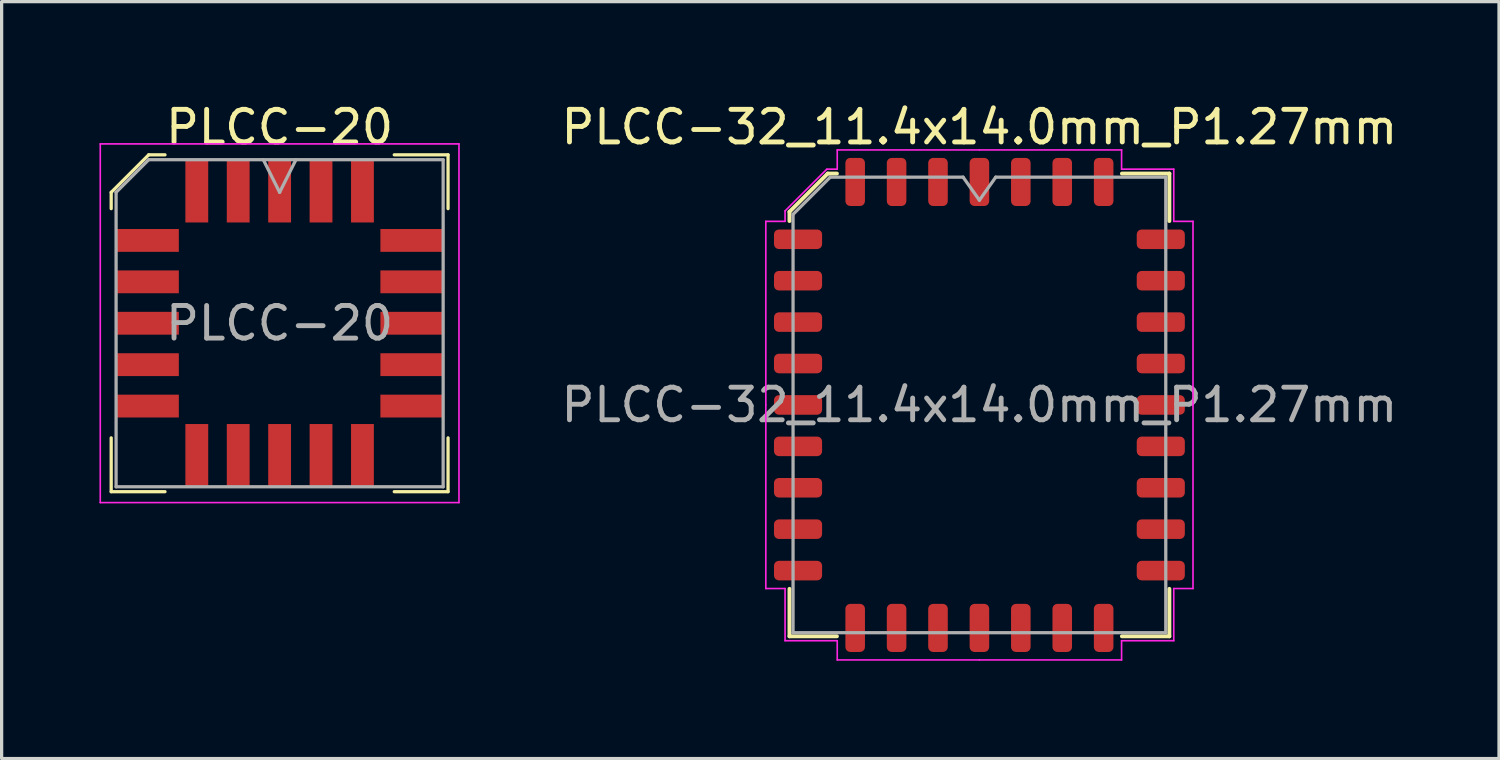
<source format=kicad_pcb>
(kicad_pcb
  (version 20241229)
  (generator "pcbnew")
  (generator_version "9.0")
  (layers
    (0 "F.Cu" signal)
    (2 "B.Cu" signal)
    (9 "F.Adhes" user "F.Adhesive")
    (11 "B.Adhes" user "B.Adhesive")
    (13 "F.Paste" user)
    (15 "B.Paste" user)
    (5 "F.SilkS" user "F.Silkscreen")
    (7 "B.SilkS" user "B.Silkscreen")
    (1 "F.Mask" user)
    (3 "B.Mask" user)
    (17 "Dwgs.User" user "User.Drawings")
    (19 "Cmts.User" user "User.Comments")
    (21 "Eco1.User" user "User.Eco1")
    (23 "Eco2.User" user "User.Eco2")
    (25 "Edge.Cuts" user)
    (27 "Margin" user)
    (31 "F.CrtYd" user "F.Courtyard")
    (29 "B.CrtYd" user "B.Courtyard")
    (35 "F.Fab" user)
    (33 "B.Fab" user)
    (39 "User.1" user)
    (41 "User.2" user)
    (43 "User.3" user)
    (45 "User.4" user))
  (footprint "PLCC-32_11.4x14.0mm_P1.27mm"
    (layer "F.Cu")
    (at 26.985 9.368)
    (property "Reference" "PLCC-32_11.4x14.0mm_P1.27mm" (at 0 -8.52 0) (layer "F.SilkS") (effects (font (size 1 1) (thickness 0.15))))
    (attr smd)
    (fp_line (start -5.825 -5.923) (end -5.825 -5.64) (stroke (width 0.12) (type solid)) (layer "F.SilkS"))
    (fp_line (start -5.825 7.095) (end -5.825 5.64) (stroke (width 0.12) (type solid)) (layer "F.SilkS"))
    (fp_line (start -4.653 -7.095) (end -5.825 -5.923) (stroke (width 0.12) (type solid)) (layer "F.SilkS"))
    (fp_line (start -4.37 -7.095) (end -4.653 -7.095) (stroke (width 0.12) (type solid)) (layer "F.SilkS"))
    (fp_line (start -4.37 7.095) (end -5.825 7.095) (stroke (width 0.12) (type solid)) (layer "F.SilkS"))
    (fp_line (start 4.37 -7.095) (end 5.825 -7.095) (stroke (width 0.12) (type solid)) (layer "F.SilkS"))
    (fp_line (start 4.37 7.095) (end 5.825 7.095) (stroke (width 0.12) (type solid)) (layer "F.SilkS"))
    (fp_line (start 5.825 -7.095) (end 5.825 -5.64) (stroke (width 0.12) (type solid)) (layer "F.SilkS"))
    (fp_line (start 5.825 7.095) (end 5.825 5.64) (stroke (width 0.12) (type solid)) (layer "F.SilkS"))
    (fp_line (start -6.55 -5.63) (end -6.55 0) (stroke (width 0.05) (type solid)) (layer "F.CrtYd"))
    (fp_line (start -6.55 5.63) (end -6.55 0) (stroke (width 0.05) (type solid)) (layer "F.CrtYd"))
    (fp_line (start -5.96 -5.95) (end -5.96 -5.63) (stroke (width 0.05) (type solid)) (layer "F.CrtYd"))
    (fp_line (start -5.96 -5.63) (end -6.55 -5.63) (stroke (width 0.05) (type solid)) (layer "F.CrtYd"))
    (fp_line (start -5.96 5.63) (end -6.55 5.63) (stroke (width 0.05) (type solid)) (layer "F.CrtYd"))
    (fp_line (start -5.96 7.23) (end -5.96 5.63) (stroke (width 0.05) (type solid)) (layer "F.CrtYd"))
    (fp_line (start -4.68 -7.23) (end -5.96 -5.95) (stroke (width 0.05) (type solid)) (layer "F.CrtYd"))
    (fp_line (start -4.36 -7.82) (end -4.36 -7.23) (stroke (width 0.05) (type solid)) (layer "F.CrtYd"))
    (fp_line (start -4.36 -7.23) (end -4.68 -7.23) (stroke (width 0.05) (type solid)) (layer "F.CrtYd"))
    (fp_line (start -4.36 7.23) (end -5.96 7.23) (stroke (width 0.05) (type solid)) (layer "F.CrtYd"))
    (fp_line (start -4.36 7.82) (end -4.36 7.23) (stroke (width 0.05) (type solid)) (layer "F.CrtYd"))
    (fp_line (start 0 -7.82) (end -4.36 -7.82) (stroke (width 0.05) (type solid)) (layer "F.CrtYd"))
    (fp_line (start 0 -7.82) (end 4.36 -7.82) (stroke (width 0.05) (type solid)) (layer "F.CrtYd"))
    (fp_line (start 0 7.82) (end -4.36 7.82) (stroke (width 0.05) (type solid)) (layer "F.CrtYd"))
    (fp_line (start 0 7.82) (end 4.36 7.82) (stroke (width 0.05) (type solid)) (layer "F.CrtYd"))
    (fp_line (start 4.36 -7.82) (end 4.36 -7.23) (stroke (width 0.05) (type solid)) (layer "F.CrtYd"))
    (fp_line (start 4.36 -7.23) (end 5.96 -7.23) (stroke (width 0.05) (type solid)) (layer "F.CrtYd"))
    (fp_line (start 4.36 7.23) (end 5.96 7.23) (stroke (width 0.05) (type solid)) (layer "F.CrtYd"))
    (fp_line (start 4.36 7.82) (end 4.36 7.23) (stroke (width 0.05) (type solid)) (layer "F.CrtYd"))
    (fp_line (start 5.96 -7.23) (end 5.96 -5.63) (stroke (width 0.05) (type solid)) (layer "F.CrtYd"))
    (fp_line (start 5.96 -5.63) (end 6.55 -5.63) (stroke (width 0.05) (type solid)) (layer "F.CrtYd"))
    (fp_line (start 5.96 5.63) (end 6.55 5.63) (stroke (width 0.05) (type solid)) (layer "F.CrtYd"))
    (fp_line (start 5.96 7.23) (end 5.96 5.63) (stroke (width 0.05) (type solid)) (layer "F.CrtYd"))
    (fp_line (start 6.55 -5.63) (end 6.55 0) (stroke (width 0.05) (type solid)) (layer "F.CrtYd"))
    (fp_line (start 6.55 5.63) (end 6.55 0) (stroke (width 0.05) (type solid)) (layer "F.CrtYd"))
    (fp_line (start -5.715 -5.845) (end -4.575 -6.985) (stroke (width 0.1) (type solid)) (layer "F.Fab"))
    (fp_line (start -5.715 6.985) (end -5.715 -5.845) (stroke (width 0.1) (type solid)) (layer "F.Fab"))
    (fp_line (start -4.575 -6.985) (end -0.5 -6.985) (stroke (width 0.1) (type solid)) (layer "F.Fab"))
    (fp_line (start -0.5 -6.985) (end 0 -6.278) (stroke (width 0.1) (type solid)) (layer "F.Fab"))
    (fp_line (start 0 -6.278) (end 0.5 -6.985) (stroke (width 0.1) (type solid)) (layer "F.Fab"))
    (fp_line (start 0.5 -6.985) (end 5.715 -6.985) (stroke (width 0.1) (type solid)) (layer "F.Fab"))
    (fp_line (start 5.715 -6.985) (end 5.715 6.985) (stroke (width 0.1) (type solid)) (layer "F.Fab"))
    (fp_line (start 5.715 6.985) (end -5.715 6.985) (stroke (width 0.1) (type solid)) (layer "F.Fab"))
    (fp_text user "${REFERENCE}" (at 0 0 0) (layer "F.Fab") (effects (font (size 1 1) (thickness 0.15))))
    (pad "1" smd roundrect (at 0 -6.838) (size 0.6 1.475) (layers "F.Cu" "F.Mask" "F.Paste") (roundrect_rratio 0.25))
    (pad "2" smd roundrect (at -1.27 -6.838) (size 0.6 1.475) (layers "F.Cu" "F.Mask" "F.Paste") (roundrect_rratio 0.25))
    (pad "3" smd roundrect (at -2.54 -6.838) (size 0.6 1.475) (layers "F.Cu" "F.Mask" "F.Paste") (roundrect_rratio 0.25))
    (pad "4" smd roundrect (at -3.81 -6.838) (size 0.6 1.475) (layers "F.Cu" "F.Mask" "F.Paste") (roundrect_rratio 0.25))
    (pad "5" smd roundrect (at -5.562 -5.08) (size 1.475 0.6) (layers "F.Cu" "F.Mask" "F.Paste") (roundrect_rratio 0.25))
    (pad "6" smd roundrect (at -5.562 -3.81) (size 1.475 0.6) (layers "F.Cu" "F.Mask" "F.Paste") (roundrect_rratio 0.25))
    (pad "7" smd roundrect (at -5.562 -2.54) (size 1.475 0.6) (layers "F.Cu" "F.Mask" "F.Paste") (roundrect_rratio 0.25))
    (pad "8" smd roundrect (at -5.562 -1.27) (size 1.475 0.6) (layers "F.Cu" "F.Mask" "F.Paste") (roundrect_rratio 0.25))
    (pad "9" smd roundrect (at -5.562 0) (size 1.475 0.6) (layers "F.Cu" "F.Mask" "F.Paste") (roundrect_rratio 0.25))
    (pad "10" smd roundrect (at -5.562 1.27) (size 1.475 0.6) (layers "F.Cu" "F.Mask" "F.Paste") (roundrect_rratio 0.25))
    (pad "11" smd roundrect (at -5.562 2.54) (size 1.475 0.6) (layers "F.Cu" "F.Mask" "F.Paste") (roundrect_rratio 0.25))
    (pad "12" smd roundrect (at -5.562 3.81) (size 1.475 0.6) (layers "F.Cu" "F.Mask" "F.Paste") (roundrect_rratio 0.25))
    (pad "13" smd roundrect (at -5.562 5.08) (size 1.475 0.6) (layers "F.Cu" "F.Mask" "F.Paste") (roundrect_rratio 0.25))
    (pad "14" smd roundrect (at -3.81 6.838) (size 0.6 1.475) (layers "F.Cu" "F.Mask" "F.Paste") (roundrect_rratio 0.25))
    (pad "15" smd roundrect (at -2.54 6.838) (size 0.6 1.475) (layers "F.Cu" "F.Mask" "F.Paste") (roundrect_rratio 0.25))
    (pad "16" smd roundrect (at -1.27 6.838) (size 0.6 1.475) (layers "F.Cu" "F.Mask" "F.Paste") (roundrect_rratio 0.25))
    (pad "17" smd roundrect (at 0 6.838) (size 0.6 1.475) (layers "F.Cu" "F.Mask" "F.Paste") (roundrect_rratio 0.25))
    (pad "18" smd roundrect (at 1.27 6.838) (size 0.6 1.475) (layers "F.Cu" "F.Mask" "F.Paste") (roundrect_rratio 0.25))
    (pad "19" smd roundrect (at 2.54 6.838) (size 0.6 1.475) (layers "F.Cu" "F.Mask" "F.Paste") (roundrect_rratio 0.25))
    (pad "20" smd roundrect (at 3.81 6.838) (size 0.6 1.475) (layers "F.Cu" "F.Mask" "F.Paste") (roundrect_rratio 0.25))
    (pad "21" smd roundrect (at 5.562 5.08) (size 1.475 0.6) (layers "F.Cu" "F.Mask" "F.Paste") (roundrect_rratio 0.25))
    (pad "22" smd roundrect (at 5.562 3.81) (size 1.475 0.6) (layers "F.Cu" "F.Mask" "F.Paste") (roundrect_rratio 0.25))
    (pad "23" smd roundrect (at 5.562 2.54) (size 1.475 0.6) (layers "F.Cu" "F.Mask" "F.Paste") (roundrect_rratio 0.25))
    (pad "24" smd roundrect (at 5.562 1.27) (size 1.475 0.6) (layers "F.Cu" "F.Mask" "F.Paste") (roundrect_rratio 0.25))
    (pad "25" smd roundrect (at 5.562 0) (size 1.475 0.6) (layers "F.Cu" "F.Mask" "F.Paste") (roundrect_rratio 0.25))
    (pad "26" smd roundrect (at 5.562 -1.27) (size 1.475 0.6) (layers "F.Cu" "F.Mask" "F.Paste") (roundrect_rratio 0.25))
    (pad "27" smd roundrect (at 5.562 -2.54) (size 1.475 0.6) (layers "F.Cu" "F.Mask" "F.Paste") (roundrect_rratio 0.25))
    (pad "28" smd roundrect (at 5.562 -3.81) (size 1.475 0.6) (layers "F.Cu" "F.Mask" "F.Paste") (roundrect_rratio 0.25))
    (pad "29" smd roundrect (at 5.562 -5.08) (size 1.475 0.6) (layers "F.Cu" "F.Mask" "F.Paste") (roundrect_rratio 0.25))
    (pad "30" smd roundrect (at 3.81 -6.838) (size 0.6 1.475) (layers "F.Cu" "F.Mask" "F.Paste") (roundrect_rratio 0.25))
    (pad "31" smd roundrect (at 2.54 -6.838) (size 0.6 1.475) (layers "F.Cu" "F.Mask" "F.Paste") (roundrect_rratio 0.25))
    (pad "32" smd roundrect (at 1.27 -6.838) (size 0.6 1.475) (layers "F.Cu" "F.Mask" "F.Paste") (roundrect_rratio 0.25)))
  (footprint "PLCC-20"
    (layer "F.Cu")
    (at 5.525 6.863)
    (property "Reference" "PLCC-20" (at 0 -6.015 0) (layer "F.SilkS") (effects (font (size 1 1) (thickness 0.15))))
    (attr smd)
    (fp_line (start -5.165 -4.015) (end -5.165 -3.515) (stroke (width 0.1) (type solid)) (layer "F.SilkS"))
    (fp_line (start -5.165 5.165) (end -5.165 3.515) (stroke (width 0.1) (type solid)) (layer "F.SilkS"))
    (fp_line (start -4.015 -5.165) (end -5.165 -4.015) (stroke (width 0.1) (type solid)) (layer "F.SilkS"))
    (fp_line (start -3.515 -5.165) (end -4.015 -5.165) (stroke (width 0.1) (type solid)) (layer "F.SilkS"))
    (fp_line (start -3.515 5.165) (end -5.165 5.165) (stroke (width 0.1) (type solid)) (layer "F.SilkS"))
    (fp_line (start 3.515 -5.165) (end 5.165 -5.165) (stroke (width 0.1) (type solid)) (layer "F.SilkS"))
    (fp_line (start 3.515 5.165) (end 5.165 5.165) (stroke (width 0.1) (type solid)) (layer "F.SilkS"))
    (fp_line (start 5.165 -5.165) (end 5.165 -3.515) (stroke (width 0.1) (type solid)) (layer "F.SilkS"))
    (fp_line (start 5.165 5.165) (end 5.165 3.515) (stroke (width 0.1) (type solid)) (layer "F.SilkS"))
    (fp_line (start -5.5 -5.5) (end -5.5 5.5) (stroke (width 0.05) (type solid)) (layer "F.CrtYd"))
    (fp_line (start -5.5 5.5) (end 5.5 5.5) (stroke (width 0.05) (type solid)) (layer "F.CrtYd"))
    (fp_line (start 5.5 -5.5) (end -5.5 -5.5) (stroke (width 0.05) (type solid)) (layer "F.CrtYd"))
    (fp_line (start 5.5 5.5) (end 5.5 -5.5) (stroke (width 0.05) (type solid)) (layer "F.CrtYd"))
    (fp_line (start -5.015 -4.015) (end -5.015 5.015) (stroke (width 0.1) (type solid)) (layer "F.Fab"))
    (fp_line (start -5.015 5.015) (end 5.015 5.015) (stroke (width 0.1) (type solid)) (layer "F.Fab"))
    (fp_line (start -4.015 -5.015) (end -5.015 -4.015) (stroke (width 0.1) (type solid)) (layer "F.Fab"))
    (fp_line (start -0.5 -5.015) (end 0 -4.015) (stroke (width 0.1) (type solid)) (layer "F.Fab"))
    (fp_line (start 0 -4.015) (end 0.5 -5.015) (stroke (width 0.1) (type solid)) (layer "F.Fab"))
    (fp_line (start 5.015 -5.015) (end -4.015 -5.015) (stroke (width 0.1) (type solid)) (layer "F.Fab"))
    (fp_line (start 5.015 5.015) (end 5.015 -5.015) (stroke (width 0.1) (type solid)) (layer "F.Fab"))
    (fp_text user "${REFERENCE}" (at 0 0 0) (layer "F.Fab") (effects (font (size 1 1) (thickness 0.15))))
    (pad "1" smd rect (at 0 -4.053) (size 0.7 1.925) (layers "F.Cu" "F.Mask" "F.Paste"))
    (pad "2" smd rect (at -1.27 -4.053) (size 0.7 1.925) (layers "F.Cu" "F.Mask" "F.Paste"))
    (pad "3" smd rect (at -2.54 -4.053) (size 0.7 1.925) (layers "F.Cu" "F.Mask" "F.Paste"))
    (pad "4" smd rect (at -4.053 -2.54) (size 1.925 0.7) (layers "F.Cu" "F.Mask" "F.Paste"))
    (pad "5" smd rect (at -4.053 -1.27) (size 1.925 0.7) (layers "F.Cu" "F.Mask" "F.Paste"))
    (pad "6" smd rect (at -4.053 0) (size 1.925 0.7) (layers "F.Cu" "F.Mask" "F.Paste"))
    (pad "7" smd rect (at -4.053 1.27) (size 1.925 0.7) (layers "F.Cu" "F.Mask" "F.Paste"))
    (pad "8" smd rect (at -4.053 2.54) (size 1.925 0.7) (layers "F.Cu" "F.Mask" "F.Paste"))
    (pad "9" smd rect (at -2.54 4.053) (size 0.7 1.925) (layers "F.Cu" "F.Mask" "F.Paste"))
    (pad "10" smd rect (at -1.27 4.053) (size 0.7 1.925) (layers "F.Cu" "F.Mask" "F.Paste"))
    (pad "11" smd rect (at 0 4.053) (size 0.7 1.925) (layers "F.Cu" "F.Mask" "F.Paste"))
    (pad "12" smd rect (at 1.27 4.053) (size 0.7 1.925) (layers "F.Cu" "F.Mask" "F.Paste"))
    (pad "13" smd rect (at 2.54 4.053) (size 0.7 1.925) (layers "F.Cu" "F.Mask" "F.Paste"))
    (pad "14" smd rect (at 4.053 2.54) (size 1.925 0.7) (layers "F.Cu" "F.Mask" "F.Paste"))
    (pad "15" smd rect (at 4.053 1.27) (size 1.925 0.7) (layers "F.Cu" "F.Mask" "F.Paste"))
    (pad "16" smd rect (at 4.053 0) (size 1.925 0.7) (layers "F.Cu" "F.Mask" "F.Paste"))
    (pad "17" smd rect (at 4.053 -1.27) (size 1.925 0.7) (layers "F.Cu" "F.Mask" "F.Paste"))
    (pad "18" smd rect (at 4.053 -2.54) (size 1.925 0.7) (layers "F.Cu" "F.Mask" "F.Paste"))
    (pad "19" smd rect (at 2.54 -4.053) (size 0.7 1.925) (layers "F.Cu" "F.Mask" "F.Paste"))
    (pad "20" smd rect (at 1.27 -4.053) (size 0.7 1.925) (layers "F.Cu" "F.Mask" "F.Paste")))
  (gr_rect
    (start -3 -3)
    (end 42.919 20.213)
    (stroke (width 0.1) (type default))
    (fill no)
    (layer "Edge.Cuts")))
</source>
